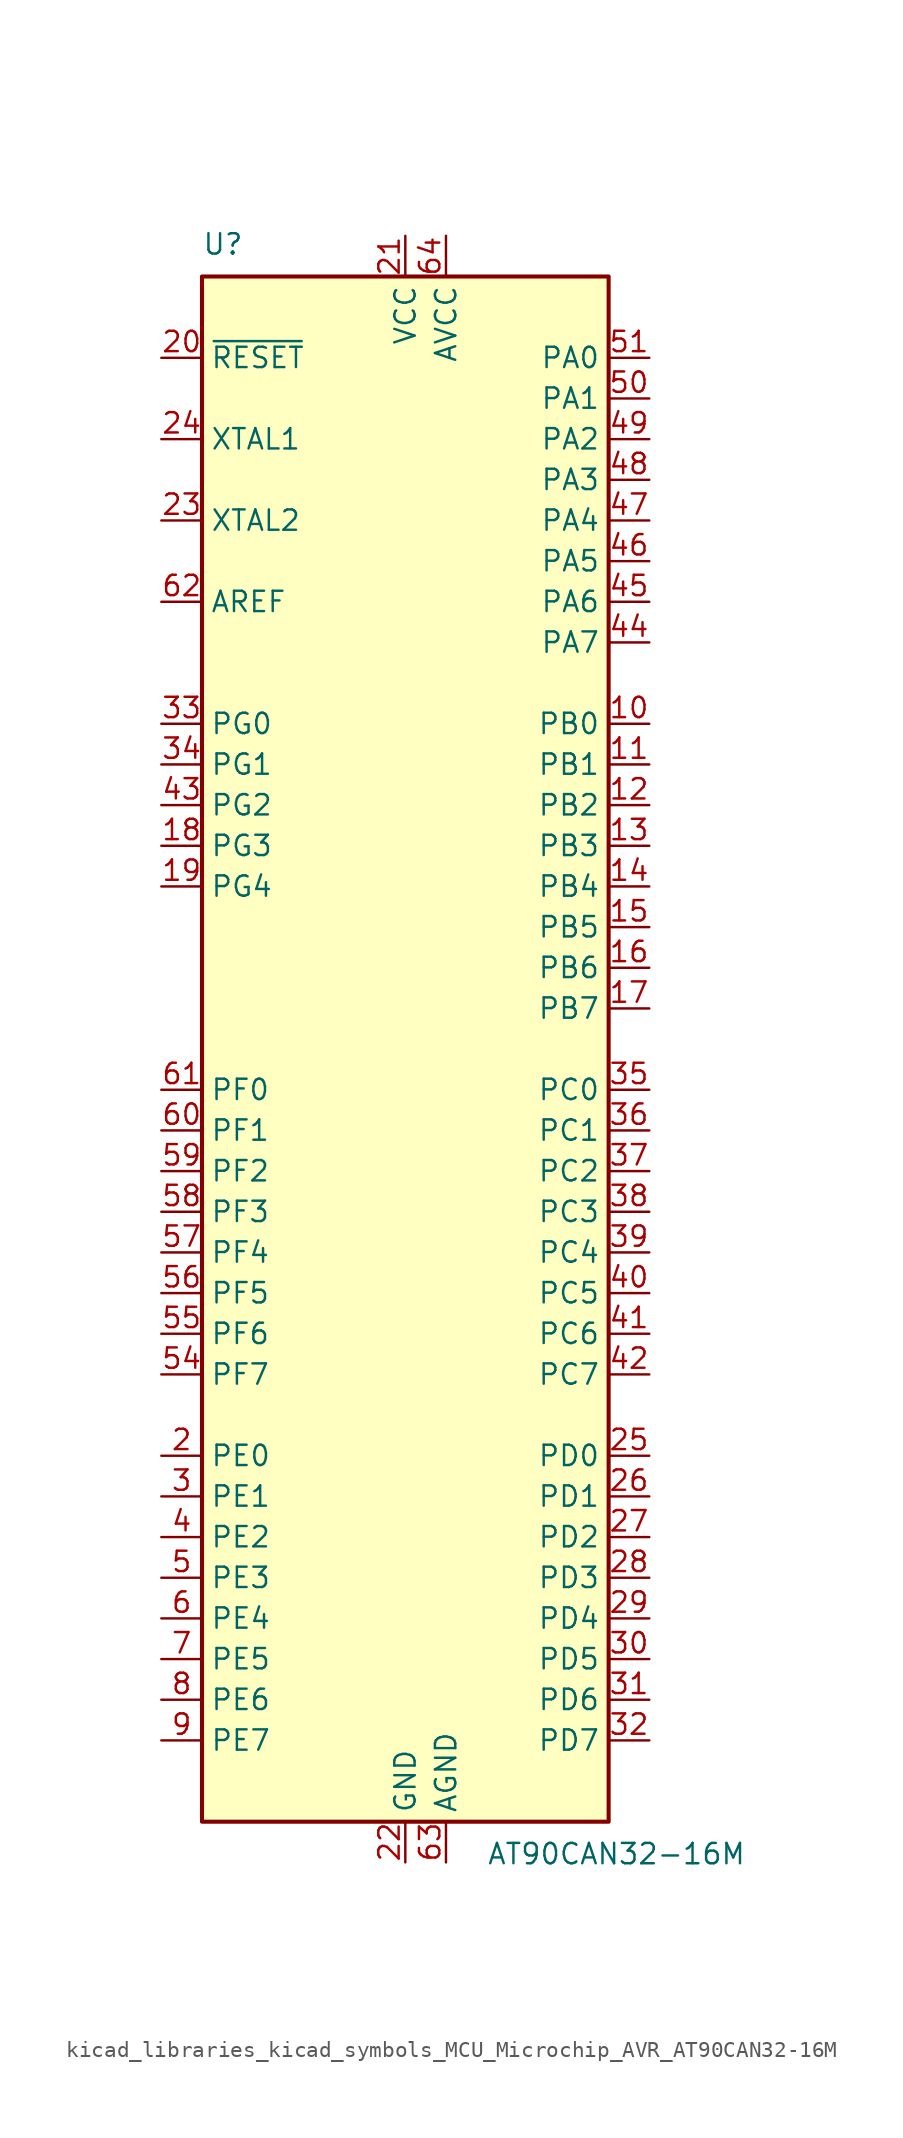
<source format=kicad_sym>
(kicad_symbol_lib
  (version 20220914)
  (generator kicad_symbol_editor)
  (symbol "kicad_libraries_kicad_symbols_MCU_Microchip_AVR_AT90CAN32-16M"
    (property "Reference" "U"
      (at -12.7 49.53 0)
      (effects (font (size 1.27 1.27)) (justify left bottom)))
    (property "Value" "AT90CAN32-16M"
      (at 5.08 -49.53 0)
      (effects (font (size 1.27 1.27)) (justify left top)))
    (symbol "kicad_libraries_kicad_symbols_MCU_Microchip_AVR_AT90CAN32-16M_0_1"
      (rectangle (start -12.7 -48.26) (end 12.7 48.26) (stroke (width 0.254) (type default)) (fill (type background))))
    (symbol "kicad_libraries_kicad_symbols_MCU_Microchip_AVR_AT90CAN32-16M_1_1"
      (pin no_connect line (at -12.7 -45.72 0) (length 2.54) hide (name "NC" (effects (font (size 1.27 1.27)))) (number "1" (effects (font (size 1.27 1.27)))))
      (pin bidirectional line (at 15.24 20.32 180) (length 2.54) (name "PB0" (effects (font (size 1.27 1.27)))) (number "10" (effects (font (size 1.27 1.27)))))
      (pin bidirectional line (at 15.24 17.78 180) (length 2.54) (name "PB1" (effects (font (size 1.27 1.27)))) (number "11" (effects (font (size 1.27 1.27)))))
      (pin bidirectional line (at 15.24 15.24 180) (length 2.54) (name "PB2" (effects (font (size 1.27 1.27)))) (number "12" (effects (font (size 1.27 1.27)))))
      (pin bidirectional line (at 15.24 12.7 180) (length 2.54) (name "PB3" (effects (font (size 1.27 1.27)))) (number "13" (effects (font (size 1.27 1.27)))))
      (pin bidirectional line (at 15.24 10.16 180) (length 2.54) (name "PB4" (effects (font (size 1.27 1.27)))) (number "14" (effects (font (size 1.27 1.27)))))
      (pin bidirectional line (at 15.24 7.62 180) (length 2.54) (name "PB5" (effects (font (size 1.27 1.27)))) (number "15" (effects (font (size 1.27 1.27)))))
      (pin bidirectional line (at 15.24 5.08 180) (length 2.54) (name "PB6" (effects (font (size 1.27 1.27)))) (number "16" (effects (font (size 1.27 1.27)))))
      (pin bidirectional line (at 15.24 2.54 180) (length 2.54) (name "PB7" (effects (font (size 1.27 1.27)))) (number "17" (effects (font (size 1.27 1.27)))))
      (pin bidirectional line (at -15.24 12.7 0) (length 2.54) (name "PG3" (effects (font (size 1.27 1.27)))) (number "18" (effects (font (size 1.27 1.27)))))
      (pin bidirectional line (at -15.24 10.16 0) (length 2.54) (name "PG4" (effects (font (size 1.27 1.27)))) (number "19" (effects (font (size 1.27 1.27)))))
      (pin bidirectional line (at -15.24 -25.4 0) (length 2.54) (name "PE0" (effects (font (size 1.27 1.27)))) (number "2" (effects (font (size 1.27 1.27)))))
      (pin input line (at -15.24 43.18 0) (length 2.54) (name "~{RESET}" (effects (font (size 1.27 1.27)))) (number "20" (effects (font (size 1.27 1.27)))))
      (pin power_in line (at 0 50.8 270) (length 2.54) (name "VCC" (effects (font (size 1.27 1.27)))) (number "21" (effects (font (size 1.27 1.27)))))
      (pin power_in line (at 0 -50.8 90) (length 2.54) (name "GND" (effects (font (size 1.27 1.27)))) (number "22" (effects (font (size 1.27 1.27)))))
      (pin output line (at -15.24 33.02 0) (length 2.54) (name "XTAL2" (effects (font (size 1.27 1.27)))) (number "23" (effects (font (size 1.27 1.27)))))
      (pin input line (at -15.24 38.1 0) (length 2.54) (name "XTAL1" (effects (font (size 1.27 1.27)))) (number "24" (effects (font (size 1.27 1.27)))))
      (pin bidirectional line (at 15.24 -25.4 180) (length 2.54) (name "PD0" (effects (font (size 1.27 1.27)))) (number "25" (effects (font (size 1.27 1.27)))))
      (pin bidirectional line (at 15.24 -27.94 180) (length 2.54) (name "PD1" (effects (font (size 1.27 1.27)))) (number "26" (effects (font (size 1.27 1.27)))))
      (pin bidirectional line (at 15.24 -30.48 180) (length 2.54) (name "PD2" (effects (font (size 1.27 1.27)))) (number "27" (effects (font (size 1.27 1.27)))))
      (pin bidirectional line (at 15.24 -33.02 180) (length 2.54) (name "PD3" (effects (font (size 1.27 1.27)))) (number "28" (effects (font (size 1.27 1.27)))))
      (pin bidirectional line (at 15.24 -35.56 180) (length 2.54) (name "PD4" (effects (font (size 1.27 1.27)))) (number "29" (effects (font (size 1.27 1.27)))))
      (pin bidirectional line (at -15.24 -27.94 0) (length 2.54) (name "PE1" (effects (font (size 1.27 1.27)))) (number "3" (effects (font (size 1.27 1.27)))))
      (pin bidirectional line (at 15.24 -38.1 180) (length 2.54) (name "PD5" (effects (font (size 1.27 1.27)))) (number "30" (effects (font (size 1.27 1.27)))))
      (pin bidirectional line (at 15.24 -40.64 180) (length 2.54) (name "PD6" (effects (font (size 1.27 1.27)))) (number "31" (effects (font (size 1.27 1.27)))))
      (pin bidirectional line (at 15.24 -43.18 180) (length 2.54) (name "PD7" (effects (font (size 1.27 1.27)))) (number "32" (effects (font (size 1.27 1.27)))))
      (pin bidirectional line (at -15.24 20.32 0) (length 2.54) (name "PG0" (effects (font (size 1.27 1.27)))) (number "33" (effects (font (size 1.27 1.27)))))
      (pin bidirectional line (at -15.24 17.78 0) (length 2.54) (name "PG1" (effects (font (size 1.27 1.27)))) (number "34" (effects (font (size 1.27 1.27)))))
      (pin bidirectional line (at 15.24 -2.54 180) (length 2.54) (name "PC0" (effects (font (size 1.27 1.27)))) (number "35" (effects (font (size 1.27 1.27)))))
      (pin bidirectional line (at 15.24 -5.08 180) (length 2.54) (name "PC1" (effects (font (size 1.27 1.27)))) (number "36" (effects (font (size 1.27 1.27)))))
      (pin bidirectional line (at 15.24 -7.62 180) (length 2.54) (name "PC2" (effects (font (size 1.27 1.27)))) (number "37" (effects (font (size 1.27 1.27)))))
      (pin bidirectional line (at 15.24 -10.16 180) (length 2.54) (name "PC3" (effects (font (size 1.27 1.27)))) (number "38" (effects (font (size 1.27 1.27)))))
      (pin bidirectional line (at 15.24 -12.7 180) (length 2.54) (name "PC4" (effects (font (size 1.27 1.27)))) (number "39" (effects (font (size 1.27 1.27)))))
      (pin bidirectional line (at -15.24 -30.48 0) (length 2.54) (name "PE2" (effects (font (size 1.27 1.27)))) (number "4" (effects (font (size 1.27 1.27)))))
      (pin bidirectional line (at 15.24 -15.24 180) (length 2.54) (name "PC5" (effects (font (size 1.27 1.27)))) (number "40" (effects (font (size 1.27 1.27)))))
      (pin bidirectional line (at 15.24 -17.78 180) (length 2.54) (name "PC6" (effects (font (size 1.27 1.27)))) (number "41" (effects (font (size 1.27 1.27)))))
      (pin bidirectional line (at 15.24 -20.32 180) (length 2.54) (name "PC7" (effects (font (size 1.27 1.27)))) (number "42" (effects (font (size 1.27 1.27)))))
      (pin bidirectional line (at -15.24 15.24 0) (length 2.54) (name "PG2" (effects (font (size 1.27 1.27)))) (number "43" (effects (font (size 1.27 1.27)))))
      (pin bidirectional line (at 15.24 25.4 180) (length 2.54) (name "PA7" (effects (font (size 1.27 1.27)))) (number "44" (effects (font (size 1.27 1.27)))))
      (pin bidirectional line (at 15.24 27.94 180) (length 2.54) (name "PA6" (effects (font (size 1.27 1.27)))) (number "45" (effects (font (size 1.27 1.27)))))
      (pin bidirectional line (at 15.24 30.48 180) (length 2.54) (name "PA5" (effects (font (size 1.27 1.27)))) (number "46" (effects (font (size 1.27 1.27)))))
      (pin bidirectional line (at 15.24 33.02 180) (length 2.54) (name "PA4" (effects (font (size 1.27 1.27)))) (number "47" (effects (font (size 1.27 1.27)))))
      (pin bidirectional line (at 15.24 35.56 180) (length 2.54) (name "PA3" (effects (font (size 1.27 1.27)))) (number "48" (effects (font (size 1.27 1.27)))))
      (pin bidirectional line (at 15.24 38.1 180) (length 2.54) (name "PA2" (effects (font (size 1.27 1.27)))) (number "49" (effects (font (size 1.27 1.27)))))
      (pin bidirectional line (at -15.24 -33.02 0) (length 2.54) (name "PE3" (effects (font (size 1.27 1.27)))) (number "5" (effects (font (size 1.27 1.27)))))
      (pin bidirectional line (at 15.24 40.64 180) (length 2.54) (name "PA1" (effects (font (size 1.27 1.27)))) (number "50" (effects (font (size 1.27 1.27)))))
      (pin bidirectional line (at 15.24 43.18 180) (length 2.54) (name "PA0" (effects (font (size 1.27 1.27)))) (number "51" (effects (font (size 1.27 1.27)))))
      (pin passive line (at 0 50.8 270) (length 2.54) hide (name "VCC" (effects (font (size 1.27 1.27)))) (number "52" (effects (font (size 1.27 1.27)))))
      (pin passive line (at 0 -50.8 90) (length 2.54) hide (name "GND" (effects (font (size 1.27 1.27)))) (number "53" (effects (font (size 1.27 1.27)))))
      (pin bidirectional line (at -15.24 -20.32 0) (length 2.54) (name "PF7" (effects (font (size 1.27 1.27)))) (number "54" (effects (font (size 1.27 1.27)))))
      (pin bidirectional line (at -15.24 -17.78 0) (length 2.54) (name "PF6" (effects (font (size 1.27 1.27)))) (number "55" (effects (font (size 1.27 1.27)))))
      (pin bidirectional line (at -15.24 -15.24 0) (length 2.54) (name "PF5" (effects (font (size 1.27 1.27)))) (number "56" (effects (font (size 1.27 1.27)))))
      (pin bidirectional line (at -15.24 -12.7 0) (length 2.54) (name "PF4" (effects (font (size 1.27 1.27)))) (number "57" (effects (font (size 1.27 1.27)))))
      (pin bidirectional line (at -15.24 -10.16 0) (length 2.54) (name "PF3" (effects (font (size 1.27 1.27)))) (number "58" (effects (font (size 1.27 1.27)))))
      (pin bidirectional line (at -15.24 -7.62 0) (length 2.54) (name "PF2" (effects (font (size 1.27 1.27)))) (number "59" (effects (font (size 1.27 1.27)))))
      (pin bidirectional line (at -15.24 -35.56 0) (length 2.54) (name "PE4" (effects (font (size 1.27 1.27)))) (number "6" (effects (font (size 1.27 1.27)))))
      (pin bidirectional line (at -15.24 -5.08 0) (length 2.54) (name "PF1" (effects (font (size 1.27 1.27)))) (number "60" (effects (font (size 1.27 1.27)))))
      (pin bidirectional line (at -15.24 -2.54 0) (length 2.54) (name "PF0" (effects (font (size 1.27 1.27)))) (number "61" (effects (font (size 1.27 1.27)))))
      (pin passive line (at -15.24 27.94 0) (length 2.54) (name "AREF" (effects (font (size 1.27 1.27)))) (number "62" (effects (font (size 1.27 1.27)))))
      (pin power_in line (at 2.54 -50.8 90) (length 2.54) (name "AGND" (effects (font (size 1.27 1.27)))) (number "63" (effects (font (size 1.27 1.27)))))
      (pin power_in line (at 2.54 50.8 270) (length 2.54) (name "AVCC" (effects (font (size 1.27 1.27)))) (number "64" (effects (font (size 1.27 1.27)))))
      (pin passive line (at 0 -50.8 90) (length 2.54) hide (name "GND" (effects (font (size 1.27 1.27)))) (number "65" (effects (font (size 1.27 1.27)))))
      (pin bidirectional line (at -15.24 -38.1 0) (length 2.54) (name "PE5" (effects (font (size 1.27 1.27)))) (number "7" (effects (font (size 1.27 1.27)))))
      (pin bidirectional line (at -15.24 -40.64 0) (length 2.54) (name "PE6" (effects (font (size 1.27 1.27)))) (number "8" (effects (font (size 1.27 1.27)))))
      (pin bidirectional line (at -15.24 -43.18 0) (length 2.54) (name "PE7" (effects (font (size 1.27 1.27)))) (number "9" (effects (font (size 1.27 1.27))))))))
</source>
